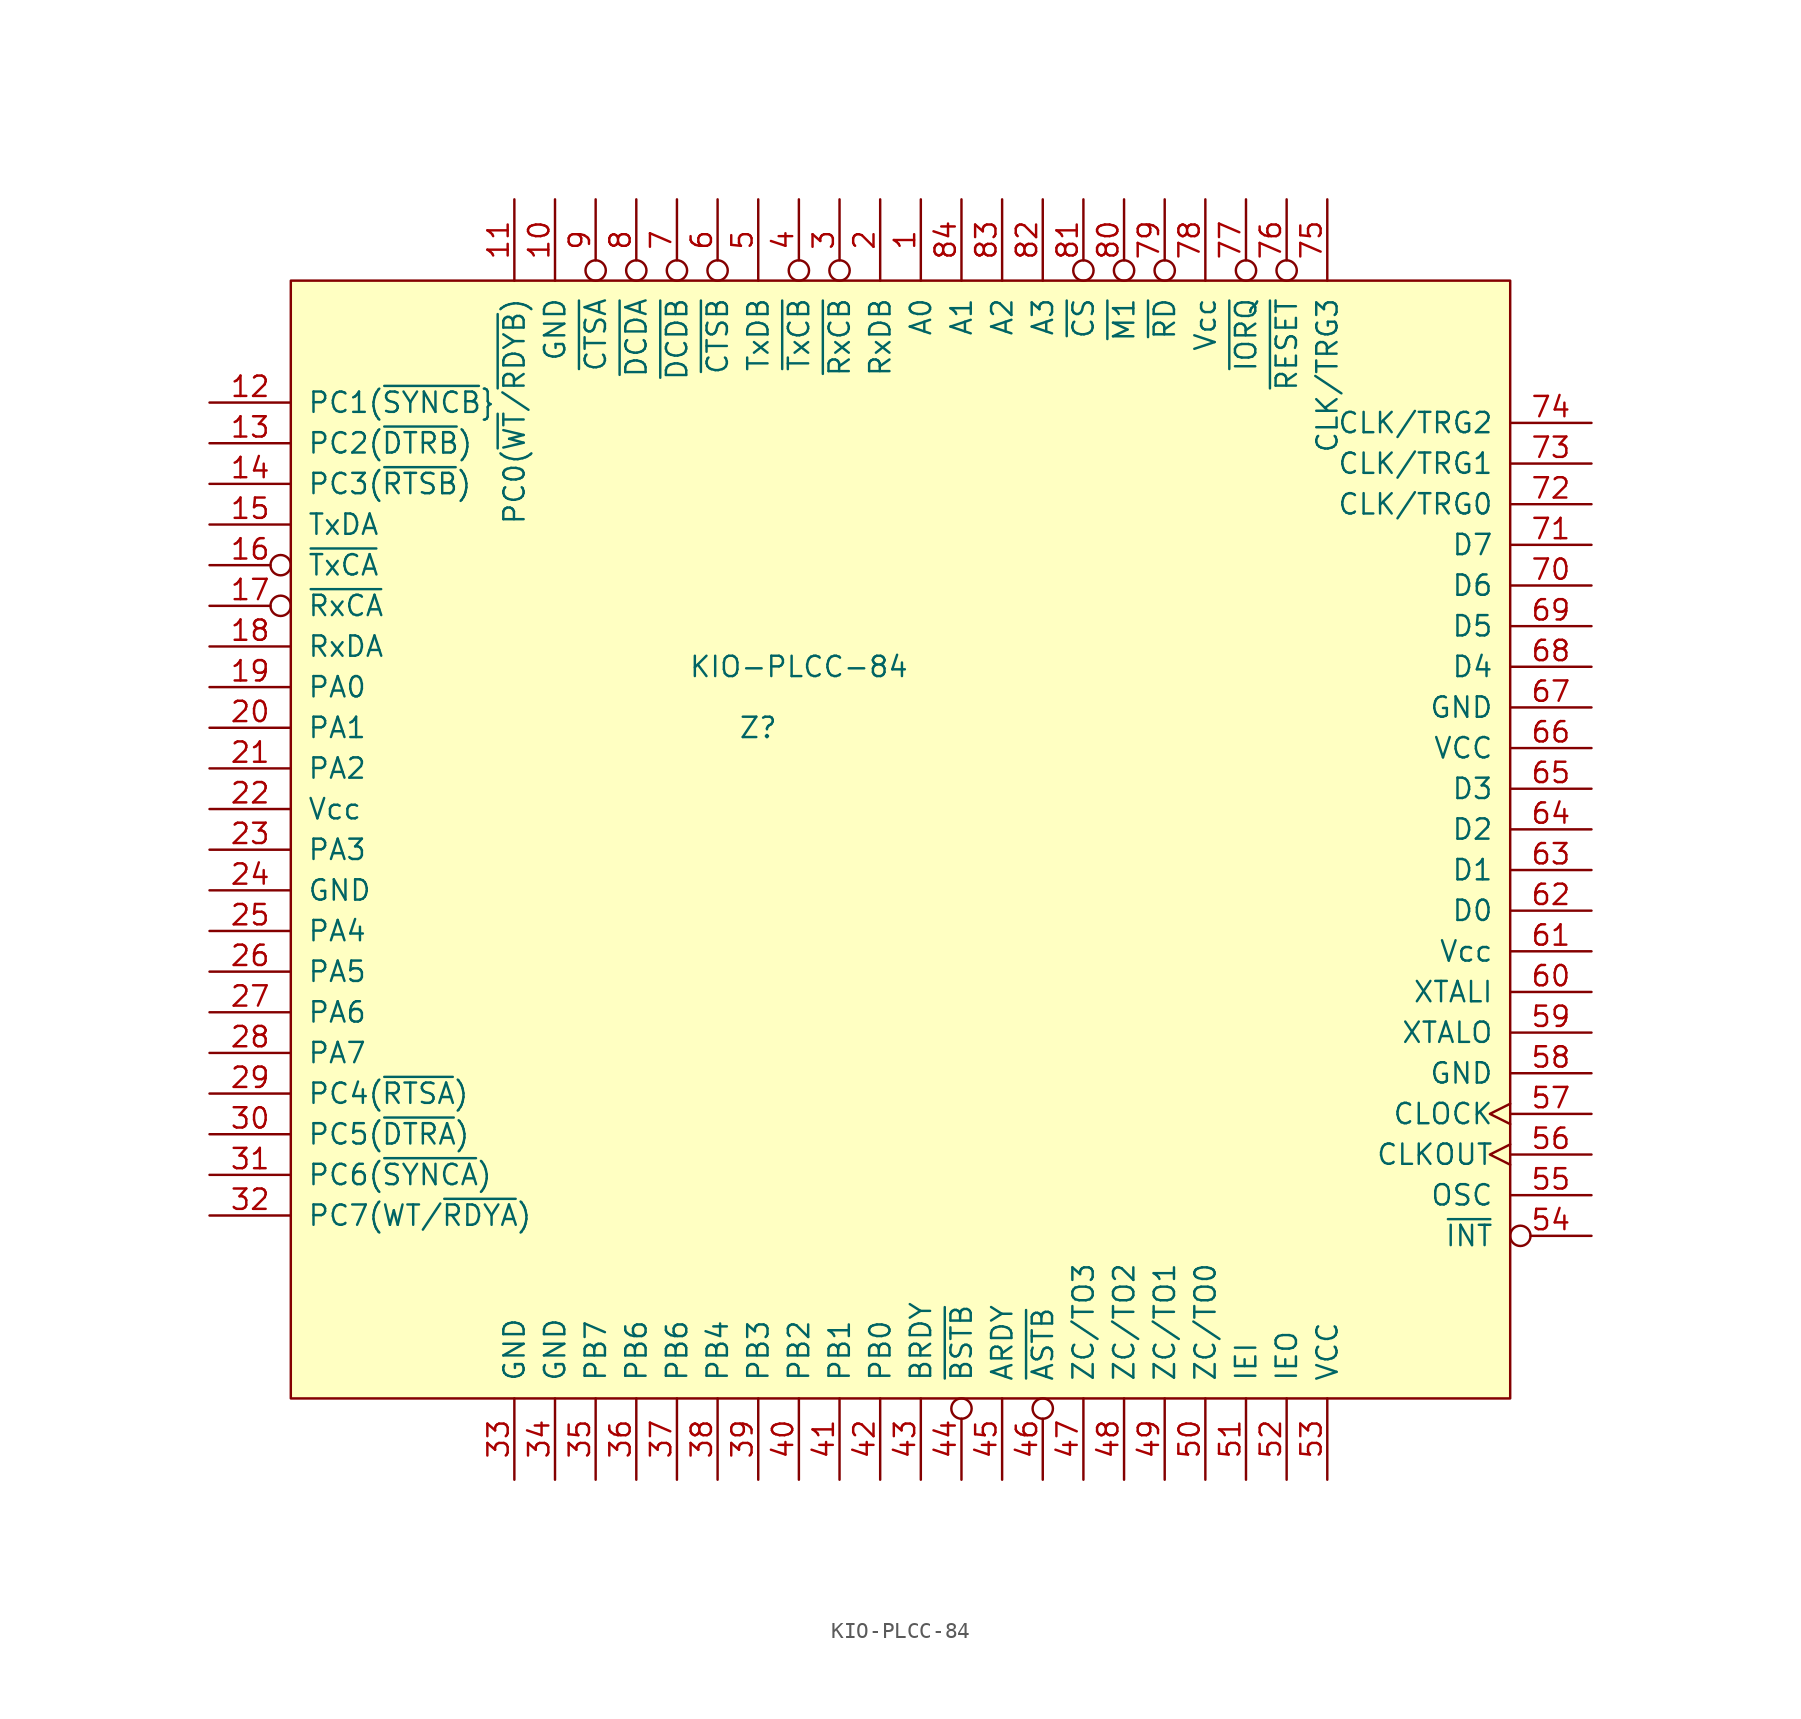
<source format=kicad_sym>
(kicad_symbol_lib
  (version 20211014)
  (generator kicad_symbol_editor)
  (symbol "KIO-PLCC-84"
    (pin_names
      (offset 1.016))
    (property "Reference" "Z"
      (at 29.21 -27.94 0)
      (effects (font (size 1.27 1.27))))
    (property "Value" "KIO-PLCC-84"
      (at 31.75 -24.13 0)
      (effects (font (size 1.27 1.27))))
    (symbol "KIO-PLCC-84_0_1"
      (rectangle (start 0 0) (end 76.2 -69.85) (stroke (width 0) (type default) (color 0 0 0 0)) (fill (type background))))
    (symbol "KIO-PLCC-84_1_1"
      (pin input line (at 39.37 5.08 270) (length 5.08) (name "A0" (effects (font (size 1.27 1.27)))) (number "1" (effects (font (size 1.27 1.27)))))
      (pin power_in line (at 16.51 5.08 270) (length 5.08) (name "GND" (effects (font (size 1.27 1.27)))) (number "10" (effects (font (size 1.27 1.27)))))
      (pin tri_state line (at 13.97 5.08 270) (length 5.08) (name "PC0(~{WT}/~{RDYB})" (effects (font (size 1.27 1.27)))) (number "11" (effects (font (size 1.27 1.27)))))
      (pin tri_state line (at -5.08 -7.62 0) (length 5.08) (name "PC1(~{SYNCB}}" (effects (font (size 1.27 1.27)))) (number "12" (effects (font (size 1.27 1.27)))))
      (pin tri_state line (at -5.08 -10.16 0) (length 5.08) (name "PC2(~{DTRB})" (effects (font (size 1.27 1.27)))) (number "13" (effects (font (size 1.27 1.27)))))
      (pin tri_state line (at -5.08 -12.7 0) (length 5.08) (name "PC3(~{RTSB})" (effects (font (size 1.27 1.27)))) (number "14" (effects (font (size 1.27 1.27)))))
      (pin output line (at -5.08 -15.24 0) (length 5.08) (name "TxDA" (effects (font (size 1.27 1.27)))) (number "15" (effects (font (size 1.27 1.27)))))
      (pin input inverted (at -5.08 -17.78 0) (length 5.08) (name "~{TxCA}" (effects (font (size 1.27 1.27)))) (number "16" (effects (font (size 1.27 1.27)))))
      (pin input inverted (at -5.08 -20.32 0) (length 5.08) (name "~{RxCA}" (effects (font (size 1.27 1.27)))) (number "17" (effects (font (size 1.27 1.27)))))
      (pin input line (at -5.08 -22.86 0) (length 5.08) (name "RxDA" (effects (font (size 1.27 1.27)))) (number "18" (effects (font (size 1.27 1.27)))))
      (pin tri_state line (at -5.08 -25.4 0) (length 5.08) (name "PA0" (effects (font (size 1.27 1.27)))) (number "19" (effects (font (size 1.27 1.27)))))
      (pin input line (at 36.83 5.08 270) (length 5.08) (name "RxDB" (effects (font (size 1.27 1.27)))) (number "2" (effects (font (size 1.27 1.27)))))
      (pin tri_state line (at -5.08 -27.94 0) (length 5.08) (name "PA1" (effects (font (size 1.27 1.27)))) (number "20" (effects (font (size 1.27 1.27)))))
      (pin tri_state line (at -5.08 -30.48 0) (length 5.08) (name "PA2" (effects (font (size 1.27 1.27)))) (number "21" (effects (font (size 1.27 1.27)))))
      (pin power_in line (at -5.08 -33.02 0) (length 5.08) (name "Vcc" (effects (font (size 1.27 1.27)))) (number "22" (effects (font (size 1.27 1.27)))))
      (pin tri_state line (at -5.08 -35.56 0) (length 5.08) (name "PA3" (effects (font (size 1.27 1.27)))) (number "23" (effects (font (size 1.27 1.27)))))
      (pin power_in line (at -5.08 -38.1 0) (length 5.08) (name "GND" (effects (font (size 1.27 1.27)))) (number "24" (effects (font (size 1.27 1.27)))))
      (pin tri_state line (at -5.08 -40.64 0) (length 5.08) (name "PA4" (effects (font (size 1.27 1.27)))) (number "25" (effects (font (size 1.27 1.27)))))
      (pin tri_state line (at -5.08 -43.18 0) (length 5.08) (name "PA5" (effects (font (size 1.27 1.27)))) (number "26" (effects (font (size 1.27 1.27)))))
      (pin tri_state line (at -5.08 -45.72 0) (length 5.08) (name "PA6" (effects (font (size 1.27 1.27)))) (number "27" (effects (font (size 1.27 1.27)))))
      (pin tri_state line (at -5.08 -48.26 0) (length 5.08) (name "PA7" (effects (font (size 1.27 1.27)))) (number "28" (effects (font (size 1.27 1.27)))))
      (pin tri_state line (at -5.08 -50.8 0) (length 5.08) (name "PC4(~{RTSA})" (effects (font (size 1.27 1.27)))) (number "29" (effects (font (size 1.27 1.27)))))
      (pin input inverted (at 34.29 5.08 270) (length 5.08) (name "~{RxCB}" (effects (font (size 1.27 1.27)))) (number "3" (effects (font (size 1.27 1.27)))))
      (pin tri_state line (at -5.08 -53.34 0) (length 5.08) (name "PC5(~{DTRA})" (effects (font (size 1.27 1.27)))) (number "30" (effects (font (size 1.27 1.27)))))
      (pin tri_state line (at -5.08 -55.88 0) (length 5.08) (name "PC6(~{SYNCA})" (effects (font (size 1.27 1.27)))) (number "31" (effects (font (size 1.27 1.27)))))
      (pin tri_state line (at -5.08 -58.42 0) (length 5.08) (name "PC7(WT/~{RDYA})" (effects (font (size 1.27 1.27)))) (number "32" (effects (font (size 1.27 1.27)))))
      (pin power_in line (at 13.97 -74.93 90) (length 5.08) (name "GND" (effects (font (size 1.27 1.27)))) (number "33" (effects (font (size 1.27 1.27)))))
      (pin power_in line (at 16.51 -74.93 90) (length 5.08) (name "GND" (effects (font (size 1.27 1.27)))) (number "34" (effects (font (size 1.27 1.27)))))
      (pin tri_state line (at 19.05 -74.93 90) (length 5.08) (name "PB7" (effects (font (size 1.27 1.27)))) (number "35" (effects (font (size 1.27 1.27)))))
      (pin tri_state line (at 21.59 -74.93 90) (length 5.08) (name "PB6" (effects (font (size 1.27 1.27)))) (number "36" (effects (font (size 1.27 1.27)))))
      (pin tri_state line (at 24.13 -74.93 90) (length 5.08) (name "PB6" (effects (font (size 1.27 1.27)))) (number "37" (effects (font (size 1.27 1.27)))))
      (pin tri_state line (at 26.67 -74.93 90) (length 5.08) (name "PB4" (effects (font (size 1.27 1.27)))) (number "38" (effects (font (size 1.27 1.27)))))
      (pin tri_state line (at 29.21 -74.93 90) (length 5.08) (name "PB3" (effects (font (size 1.27 1.27)))) (number "39" (effects (font (size 1.27 1.27)))))
      (pin input inverted (at 31.75 5.08 270) (length 5.08) (name "~{TxCB}" (effects (font (size 1.27 1.27)))) (number "4" (effects (font (size 1.27 1.27)))))
      (pin tri_state line (at 31.75 -74.93 90) (length 5.08) (name "PB2" (effects (font (size 1.27 1.27)))) (number "40" (effects (font (size 1.27 1.27)))))
      (pin tri_state line (at 34.29 -74.93 90) (length 5.08) (name "PB1" (effects (font (size 1.27 1.27)))) (number "41" (effects (font (size 1.27 1.27)))))
      (pin tri_state line (at 36.83 -74.93 90) (length 5.08) (name "PB0" (effects (font (size 1.27 1.27)))) (number "42" (effects (font (size 1.27 1.27)))))
      (pin output line (at 39.37 -74.93 90) (length 5.08) (name "BRDY" (effects (font (size 1.27 1.27)))) (number "43" (effects (font (size 1.27 1.27)))))
      (pin input inverted (at 41.91 -74.93 90) (length 5.08) (name "~{BSTB}" (effects (font (size 1.27 1.27)))) (number "44" (effects (font (size 1.27 1.27)))))
      (pin output line (at 44.45 -74.93 90) (length 5.08) (name "ARDY" (effects (font (size 1.27 1.27)))) (number "45" (effects (font (size 1.27 1.27)))))
      (pin input inverted (at 46.99 -74.93 90) (length 5.08) (name "~{ASTB}" (effects (font (size 1.27 1.27)))) (number "46" (effects (font (size 1.27 1.27)))))
      (pin output line (at 49.53 -74.93 90) (length 5.08) (name "ZC/TO3" (effects (font (size 1.27 1.27)))) (number "47" (effects (font (size 1.27 1.27)))))
      (pin output line (at 52.07 -74.93 90) (length 5.08) (name "ZC/TO2" (effects (font (size 1.27 1.27)))) (number "48" (effects (font (size 1.27 1.27)))))
      (pin output line (at 54.61 -74.93 90) (length 5.08) (name "ZC/TO1" (effects (font (size 1.27 1.27)))) (number "49" (effects (font (size 1.27 1.27)))))
      (pin output line (at 29.21 5.08 270) (length 5.08) (name "TxDB" (effects (font (size 1.27 1.27)))) (number "5" (effects (font (size 1.27 1.27)))))
      (pin output line (at 57.15 -74.93 90) (length 5.08) (name "ZC/TO0" (effects (font (size 1.27 1.27)))) (number "50" (effects (font (size 1.27 1.27)))))
      (pin input line (at 59.69 -74.93 90) (length 5.08) (name "IEI" (effects (font (size 1.27 1.27)))) (number "51" (effects (font (size 1.27 1.27)))))
      (pin output line (at 62.23 -74.93 90) (length 5.08) (name "IEO" (effects (font (size 1.27 1.27)))) (number "52" (effects (font (size 1.27 1.27)))))
      (pin power_in line (at 64.77 -74.93 90) (length 5.08) (name "VCC" (effects (font (size 1.27 1.27)))) (number "53" (effects (font (size 1.27 1.27)))))
      (pin open_collector inverted (at 81.28 -59.69 180) (length 5.08) (name "~{INT}" (effects (font (size 1.27 1.27)))) (number "54" (effects (font (size 1.27 1.27)))))
      (pin output line (at 81.28 -57.15 180) (length 5.08) (name "OSC" (effects (font (size 1.27 1.27)))) (number "55" (effects (font (size 1.27 1.27)))))
      (pin output clock (at 81.28 -54.61 180) (length 5.08) (name "CLKOUT" (effects (font (size 1.27 1.27)))) (number "56" (effects (font (size 1.27 1.27)))))
      (pin input clock (at 81.28 -52.07 180) (length 5.08) (name "CLOCK" (effects (font (size 1.27 1.27)))) (number "57" (effects (font (size 1.27 1.27)))))
      (pin power_in line (at 81.28 -49.53 180) (length 5.08) (name "GND" (effects (font (size 1.27 1.27)))) (number "58" (effects (font (size 1.27 1.27)))))
      (pin output line (at 81.28 -46.99 180) (length 5.08) (name "XTALO" (effects (font (size 1.27 1.27)))) (number "59" (effects (font (size 1.27 1.27)))))
      (pin input inverted (at 26.67 5.08 270) (length 5.08) (name "~{CTSB}" (effects (font (size 1.27 1.27)))) (number "6" (effects (font (size 1.27 1.27)))))
      (pin input line (at 81.28 -44.45 180) (length 5.08) (name "XTALI" (effects (font (size 1.27 1.27)))) (number "60" (effects (font (size 1.27 1.27)))))
      (pin power_in line (at 81.28 -41.91 180) (length 5.08) (name "Vcc" (effects (font (size 1.27 1.27)))) (number "61" (effects (font (size 1.27 1.27)))))
      (pin bidirectional line (at 81.28 -39.37 180) (length 5.08) (name "D0" (effects (font (size 1.27 1.27)))) (number "62" (effects (font (size 1.27 1.27)))))
      (pin bidirectional line (at 81.28 -36.83 180) (length 5.08) (name "D1" (effects (font (size 1.27 1.27)))) (number "63" (effects (font (size 1.27 1.27)))))
      (pin bidirectional line (at 81.28 -34.29 180) (length 5.08) (name "D2" (effects (font (size 1.27 1.27)))) (number "64" (effects (font (size 1.27 1.27)))))
      (pin bidirectional line (at 81.28 -31.75 180) (length 5.08) (name "D3" (effects (font (size 1.27 1.27)))) (number "65" (effects (font (size 1.27 1.27)))))
      (pin power_in line (at 81.28 -29.21 180) (length 5.08) (name "VCC" (effects (font (size 1.27 1.27)))) (number "66" (effects (font (size 1.27 1.27)))))
      (pin power_in line (at 81.28 -26.67 180) (length 5.08) (name "GND" (effects (font (size 1.27 1.27)))) (number "67" (effects (font (size 1.27 1.27)))))
      (pin bidirectional line (at 81.28 -24.13 180) (length 5.08) (name "D4" (effects (font (size 1.27 1.27)))) (number "68" (effects (font (size 1.27 1.27)))))
      (pin bidirectional line (at 81.28 -21.59 180) (length 5.08) (name "D5" (effects (font (size 1.27 1.27)))) (number "69" (effects (font (size 1.27 1.27)))))
      (pin input inverted (at 24.13 5.08 270) (length 5.08) (name "~{DCDB}" (effects (font (size 1.27 1.27)))) (number "7" (effects (font (size 1.27 1.27)))))
      (pin bidirectional line (at 81.28 -19.05 180) (length 5.08) (name "D6" (effects (font (size 1.27 1.27)))) (number "70" (effects (font (size 1.27 1.27)))))
      (pin bidirectional line (at 81.28 -16.51 180) (length 5.08) (name "D7" (effects (font (size 1.27 1.27)))) (number "71" (effects (font (size 1.27 1.27)))))
      (pin input line (at 81.28 -13.97 180) (length 5.08) (name "CLK/TRG0" (effects (font (size 1.27 1.27)))) (number "72" (effects (font (size 1.27 1.27)))))
      (pin input line (at 81.28 -11.43 180) (length 5.08) (name "CLK/TRG1" (effects (font (size 1.27 1.27)))) (number "73" (effects (font (size 1.27 1.27)))))
      (pin input line (at 81.28 -8.89 180) (length 5.08) (name "CLK/TRG2" (effects (font (size 1.27 1.27)))) (number "74" (effects (font (size 1.27 1.27)))))
      (pin input line (at 64.77 5.08 270) (length 5.08) (name "CLK/TRG3" (effects (font (size 1.27 1.27)))) (number "75" (effects (font (size 1.27 1.27)))))
      (pin input inverted (at 62.23 5.08 270) (length 5.08) (name "~{RESET}" (effects (font (size 1.27 1.27)))) (number "76" (effects (font (size 1.27 1.27)))))
      (pin input inverted (at 59.69 5.08 270) (length 5.08) (name "~{IORQ}" (effects (font (size 1.27 1.27)))) (number "77" (effects (font (size 1.27 1.27)))))
      (pin power_in line (at 57.15 5.08 270) (length 5.08) (name "Vcc" (effects (font (size 1.27 1.27)))) (number "78" (effects (font (size 1.27 1.27)))))
      (pin input inverted (at 54.61 5.08 270) (length 5.08) (name "~{RD}" (effects (font (size 1.27 1.27)))) (number "79" (effects (font (size 1.27 1.27)))))
      (pin input inverted (at 21.59 5.08 270) (length 5.08) (name "~{DCDA}" (effects (font (size 1.27 1.27)))) (number "8" (effects (font (size 1.27 1.27)))))
      (pin input inverted (at 52.07 5.08 270) (length 5.08) (name "~{M1}" (effects (font (size 1.27 1.27)))) (number "80" (effects (font (size 1.27 1.27)))))
      (pin input inverted (at 49.53 5.08 270) (length 5.08) (name "~{CS}" (effects (font (size 1.27 1.27)))) (number "81" (effects (font (size 1.27 1.27)))))
      (pin input line (at 46.99 5.08 270) (length 5.08) (name "A3" (effects (font (size 1.27 1.27)))) (number "82" (effects (font (size 1.27 1.27)))))
      (pin input line (at 44.45 5.08 270) (length 5.08) (name "A2" (effects (font (size 1.27 1.27)))) (number "83" (effects (font (size 1.27 1.27)))))
      (pin input line (at 41.91 5.08 270) (length 5.08) (name "A1" (effects (font (size 1.27 1.27)))) (number "84" (effects (font (size 1.27 1.27)))))
      (pin input inverted (at 19.05 5.08 270) (length 5.08) (name "~{CTSA}" (effects (font (size 1.27 1.27)))) (number "9" (effects (font (size 1.27 1.27))))))))
</source>
